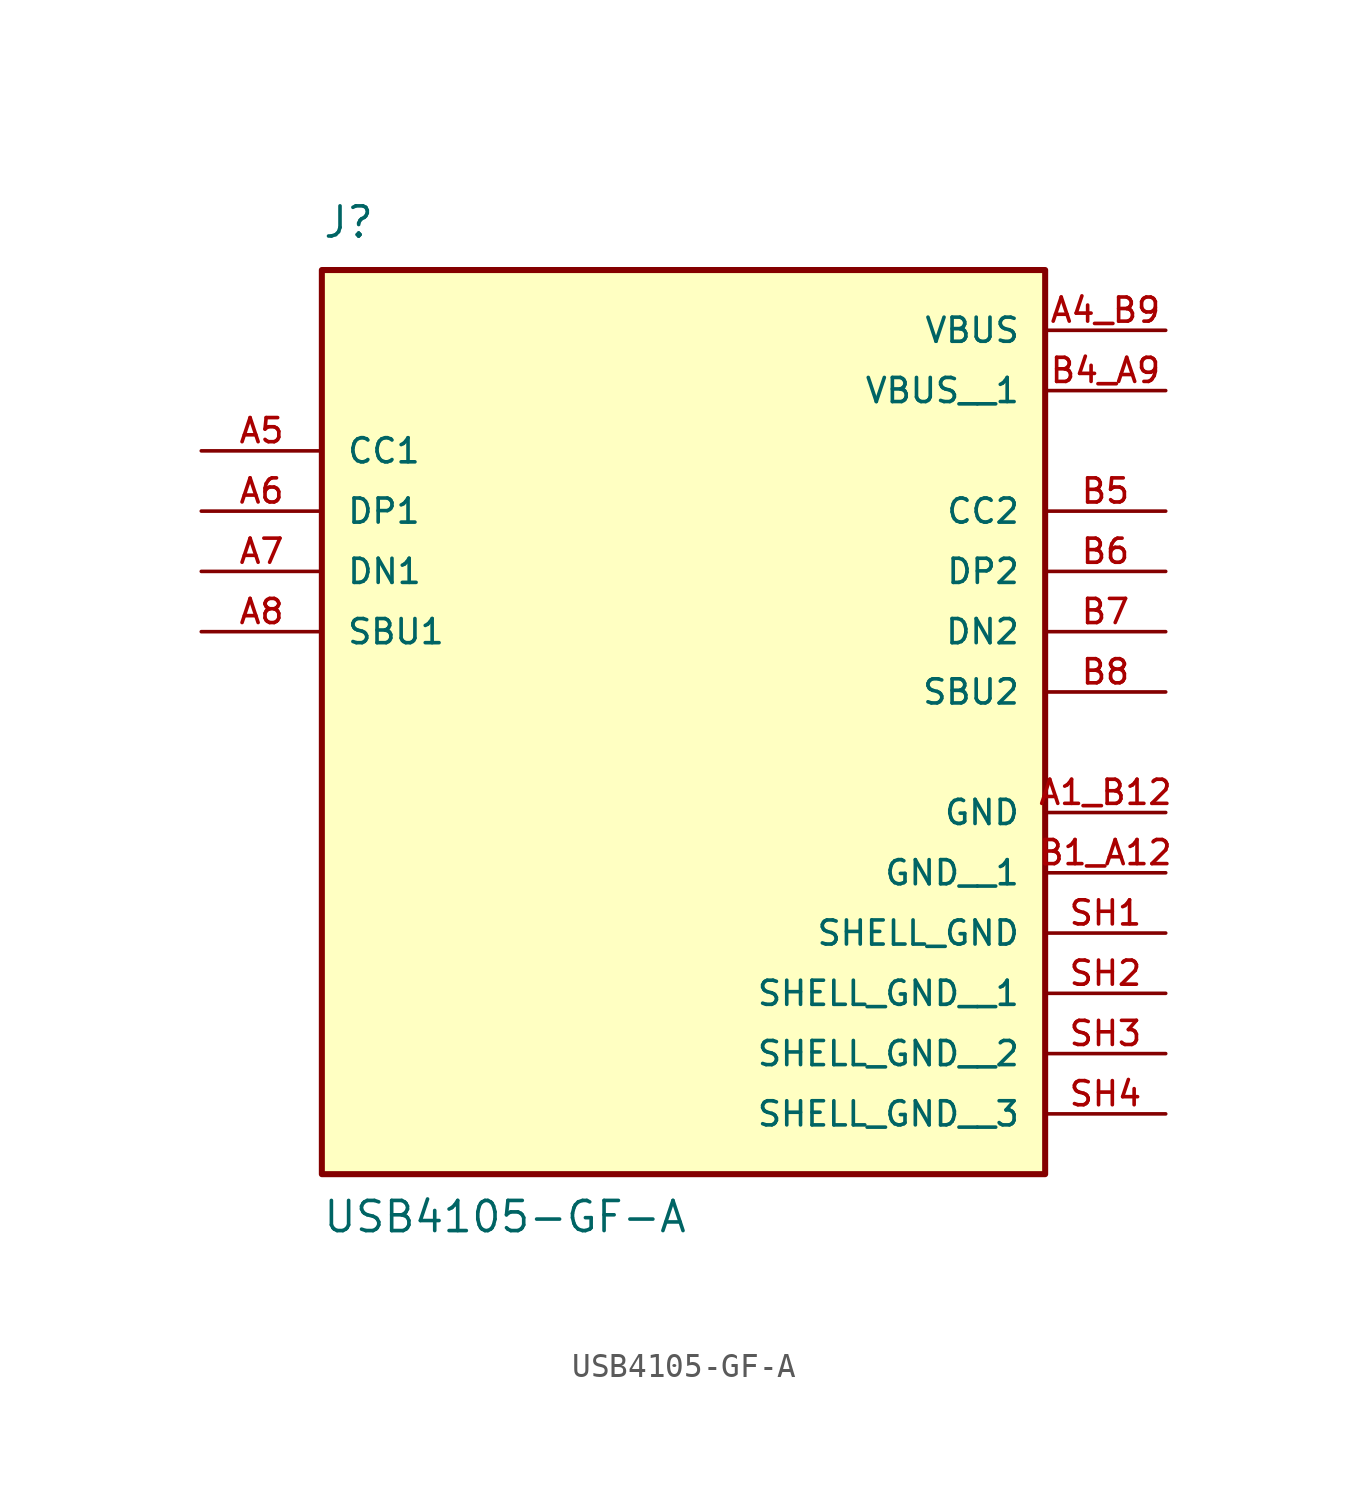
<source format=kicad_sym>
(kicad_symbol_lib
  (version 20241209)
  (generator "kicad_symbol_editor")
  (generator_version "9.0")
  (symbol "USB4105-GF-A"
    (pin_names
      (offset 1.016))
    (property "Reference" "J"
      (at -15.24 13.97 0)
      (effects (font (size 1.27 1.27)) (justify left bottom)))
    (property "Value" "USB4105-GF-A"
      (at -15.24 -27.94 0)
      (effects (font (size 1.27 1.27)) (justify left bottom)))
    (symbol "USB4105-GF-A_0_0"
      (rectangle (start -15.24 12.7) (end 15.24 -25.4) (stroke (width 0.254) (type default)) (fill (type background)))
      (pin bidirectional line (at -20.32 5.08 0) (length 5.08) (name "CC1" (effects (font (size 1.016 1.016)))) (number "A5" (effects (font (size 1.016 1.016)))))
      (pin bidirectional line (at -20.32 2.54 0) (length 5.08) (name "DP1" (effects (font (size 1.016 1.016)))) (number "A6" (effects (font (size 1.016 1.016)))))
      (pin bidirectional line (at -20.32 0 0) (length 5.08) (name "DN1" (effects (font (size 1.016 1.016)))) (number "A7" (effects (font (size 1.016 1.016)))))
      (pin bidirectional line (at -20.32 -2.54 0) (length 5.08) (name "SBU1" (effects (font (size 1.016 1.016)))) (number "A8" (effects (font (size 1.016 1.016)))))
      (pin power_in line (at 20.32 10.16 180) (length 5.08) (name "VBUS" (effects (font (size 1.016 1.016)))) (number "A4_B9" (effects (font (size 1.016 1.016)))))
      (pin power_in line (at 20.32 7.62 180) (length 5.08) (name "VBUS__1" (effects (font (size 1.016 1.016)))) (number "B4_A9" (effects (font (size 1.016 1.016)))))
      (pin bidirectional line (at 20.32 2.54 180) (length 5.08) (name "CC2" (effects (font (size 1.016 1.016)))) (number "B5" (effects (font (size 1.016 1.016)))))
      (pin bidirectional line (at 20.32 0 180) (length 5.08) (name "DP2" (effects (font (size 1.016 1.016)))) (number "B6" (effects (font (size 1.016 1.016)))))
      (pin bidirectional line (at 20.32 -2.54 180) (length 5.08) (name "DN2" (effects (font (size 1.016 1.016)))) (number "B7" (effects (font (size 1.016 1.016)))))
      (pin bidirectional line (at 20.32 -5.08 180) (length 5.08) (name "SBU2" (effects (font (size 1.016 1.016)))) (number "B8" (effects (font (size 1.016 1.016)))))
      (pin power_in line (at 20.32 -10.16 180) (length 5.08) (name "GND" (effects (font (size 1.016 1.016)))) (number "A1_B12" (effects (font (size 1.016 1.016)))))
      (pin power_in line (at 20.32 -12.7 180) (length 5.08) (name "GND__1" (effects (font (size 1.016 1.016)))) (number "B1_A12" (effects (font (size 1.016 1.016)))))
      (pin power_in line (at 20.32 -15.24 180) (length 5.08) (name "SHELL_GND" (effects (font (size 1.016 1.016)))) (number "SH1" (effects (font (size 1.016 1.016)))))
      (pin power_in line (at 20.32 -17.78 180) (length 5.08) (name "SHELL_GND__1" (effects (font (size 1.016 1.016)))) (number "SH2" (effects (font (size 1.016 1.016)))))
      (pin power_in line (at 20.32 -20.32 180) (length 5.08) (name "SHELL_GND__2" (effects (font (size 1.016 1.016)))) (number "SH3" (effects (font (size 1.016 1.016)))))
      (pin power_in line (at 20.32 -22.86 180) (length 5.08) (name "SHELL_GND__3" (effects (font (size 1.016 1.016)))) (number "SH4" (effects (font (size 1.016 1.016))))))))
</source>
